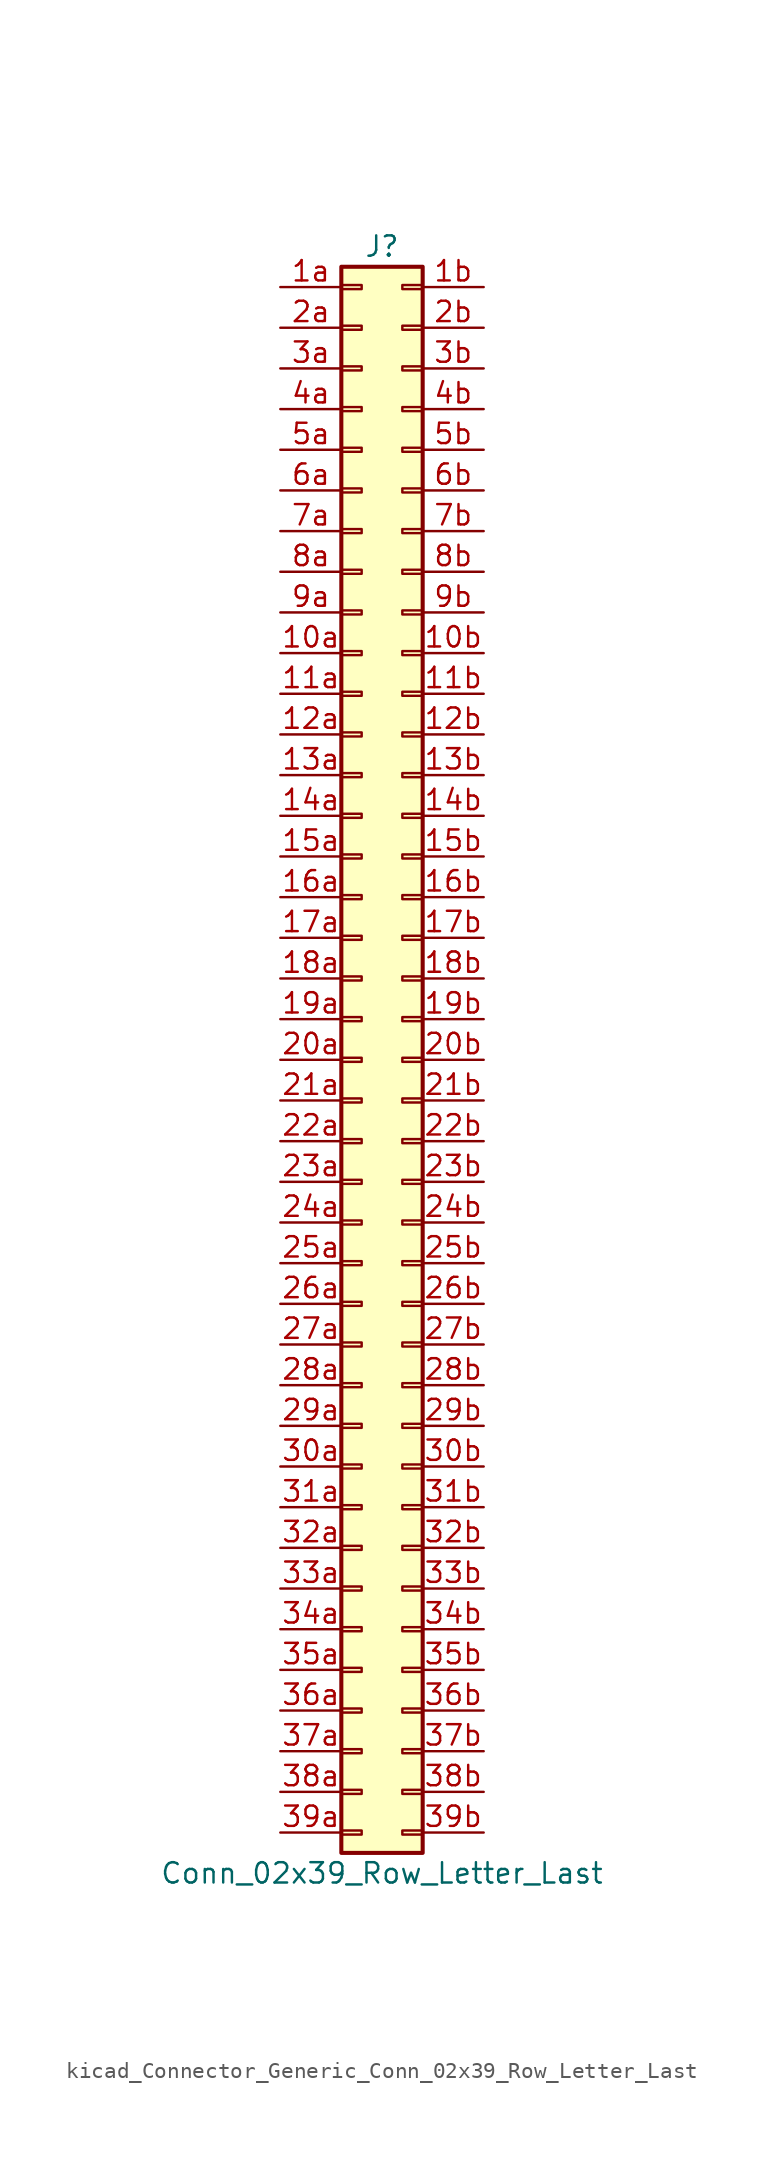
<source format=kicad_sym>
(kicad_symbol_lib
  (version 20220914)
  (generator kicad_symbol_editor)
  (symbol "kicad_Connector_Generic_Conn_02x39_Row_Letter_Last"
    (pin_names
      (offset 1.016) hide)
    (property "Reference" "J"
      (at 1.27 50.8 0)
      (effects (font (size 1.27 1.27))))
    (property "Value" "Conn_02x39_Row_Letter_Last"
      (at 1.27 -50.8 0)
      (effects (font (size 1.27 1.27))))
    (symbol "kicad_Connector_Generic_Conn_02x39_Row_Letter_Last_1_1"
      (rectangle (start -1.27 -48.133) (end 0 -48.387) (stroke (width 0.152) (type default)) (fill (type none)))
      (rectangle (start -1.27 -45.593) (end 0 -45.847) (stroke (width 0.152) (type default)) (fill (type none)))
      (rectangle (start -1.27 -43.053) (end 0 -43.307) (stroke (width 0.152) (type default)) (fill (type none)))
      (rectangle (start -1.27 -40.513) (end 0 -40.767) (stroke (width 0.152) (type default)) (fill (type none)))
      (rectangle (start -1.27 -37.973) (end 0 -38.227) (stroke (width 0.152) (type default)) (fill (type none)))
      (rectangle (start -1.27 -35.433) (end 0 -35.687) (stroke (width 0.152) (type default)) (fill (type none)))
      (rectangle (start -1.27 -32.893) (end 0 -33.147) (stroke (width 0.152) (type default)) (fill (type none)))
      (rectangle (start -1.27 -30.353) (end 0 -30.607) (stroke (width 0.152) (type default)) (fill (type none)))
      (rectangle (start -1.27 -27.813) (end 0 -28.067) (stroke (width 0.152) (type default)) (fill (type none)))
      (rectangle (start -1.27 -25.273) (end 0 -25.527) (stroke (width 0.152) (type default)) (fill (type none)))
      (rectangle (start -1.27 -22.733) (end 0 -22.987) (stroke (width 0.152) (type default)) (fill (type none)))
      (rectangle (start -1.27 -20.193) (end 0 -20.447) (stroke (width 0.152) (type default)) (fill (type none)))
      (rectangle (start -1.27 -17.653) (end 0 -17.907) (stroke (width 0.152) (type default)) (fill (type none)))
      (rectangle (start -1.27 -15.113) (end 0 -15.367) (stroke (width 0.152) (type default)) (fill (type none)))
      (rectangle (start -1.27 -12.573) (end 0 -12.827) (stroke (width 0.152) (type default)) (fill (type none)))
      (rectangle (start -1.27 -10.033) (end 0 -10.287) (stroke (width 0.152) (type default)) (fill (type none)))
      (rectangle (start -1.27 -7.493) (end 0 -7.747) (stroke (width 0.152) (type default)) (fill (type none)))
      (rectangle (start -1.27 -4.953) (end 0 -5.207) (stroke (width 0.152) (type default)) (fill (type none)))
      (rectangle (start -1.27 -2.413) (end 0 -2.667) (stroke (width 0.152) (type default)) (fill (type none)))
      (rectangle (start -1.27 0.127) (end 0 -0.127) (stroke (width 0.152) (type default)) (fill (type none)))
      (rectangle (start -1.27 2.667) (end 0 2.413) (stroke (width 0.152) (type default)) (fill (type none)))
      (rectangle (start -1.27 5.207) (end 0 4.953) (stroke (width 0.152) (type default)) (fill (type none)))
      (rectangle (start -1.27 7.747) (end 0 7.493) (stroke (width 0.152) (type default)) (fill (type none)))
      (rectangle (start -1.27 10.287) (end 0 10.033) (stroke (width 0.152) (type default)) (fill (type none)))
      (rectangle (start -1.27 12.827) (end 0 12.573) (stroke (width 0.152) (type default)) (fill (type none)))
      (rectangle (start -1.27 15.367) (end 0 15.113) (stroke (width 0.152) (type default)) (fill (type none)))
      (rectangle (start -1.27 17.907) (end 0 17.653) (stroke (width 0.152) (type default)) (fill (type none)))
      (rectangle (start -1.27 20.447) (end 0 20.193) (stroke (width 0.152) (type default)) (fill (type none)))
      (rectangle (start -1.27 22.987) (end 0 22.733) (stroke (width 0.152) (type default)) (fill (type none)))
      (rectangle (start -1.27 25.527) (end 0 25.273) (stroke (width 0.152) (type default)) (fill (type none)))
      (rectangle (start -1.27 28.067) (end 0 27.813) (stroke (width 0.152) (type default)) (fill (type none)))
      (rectangle (start -1.27 30.607) (end 0 30.353) (stroke (width 0.152) (type default)) (fill (type none)))
      (rectangle (start -1.27 33.147) (end 0 32.893) (stroke (width 0.152) (type default)) (fill (type none)))
      (rectangle (start -1.27 35.687) (end 0 35.433) (stroke (width 0.152) (type default)) (fill (type none)))
      (rectangle (start -1.27 38.227) (end 0 37.973) (stroke (width 0.152) (type default)) (fill (type none)))
      (rectangle (start -1.27 40.767) (end 0 40.513) (stroke (width 0.152) (type default)) (fill (type none)))
      (rectangle (start -1.27 43.307) (end 0 43.053) (stroke (width 0.152) (type default)) (fill (type none)))
      (rectangle (start -1.27 45.847) (end 0 45.593) (stroke (width 0.152) (type default)) (fill (type none)))
      (rectangle (start -1.27 48.387) (end 0 48.133) (stroke (width 0.152) (type default)) (fill (type none)))
      (rectangle (start -1.27 49.53) (end 3.81 -49.53) (stroke (width 0.254) (type default)) (fill (type background)))
      (rectangle (start 3.81 -48.133) (end 2.54 -48.387) (stroke (width 0.152) (type default)) (fill (type none)))
      (rectangle (start 3.81 -45.593) (end 2.54 -45.847) (stroke (width 0.152) (type default)) (fill (type none)))
      (rectangle (start 3.81 -43.053) (end 2.54 -43.307) (stroke (width 0.152) (type default)) (fill (type none)))
      (rectangle (start 3.81 -40.513) (end 2.54 -40.767) (stroke (width 0.152) (type default)) (fill (type none)))
      (rectangle (start 3.81 -37.973) (end 2.54 -38.227) (stroke (width 0.152) (type default)) (fill (type none)))
      (rectangle (start 3.81 -35.433) (end 2.54 -35.687) (stroke (width 0.152) (type default)) (fill (type none)))
      (rectangle (start 3.81 -32.893) (end 2.54 -33.147) (stroke (width 0.152) (type default)) (fill (type none)))
      (rectangle (start 3.81 -30.353) (end 2.54 -30.607) (stroke (width 0.152) (type default)) (fill (type none)))
      (rectangle (start 3.81 -27.813) (end 2.54 -28.067) (stroke (width 0.152) (type default)) (fill (type none)))
      (rectangle (start 3.81 -25.273) (end 2.54 -25.527) (stroke (width 0.152) (type default)) (fill (type none)))
      (rectangle (start 3.81 -22.733) (end 2.54 -22.987) (stroke (width 0.152) (type default)) (fill (type none)))
      (rectangle (start 3.81 -20.193) (end 2.54 -20.447) (stroke (width 0.152) (type default)) (fill (type none)))
      (rectangle (start 3.81 -17.653) (end 2.54 -17.907) (stroke (width 0.152) (type default)) (fill (type none)))
      (rectangle (start 3.81 -15.113) (end 2.54 -15.367) (stroke (width 0.152) (type default)) (fill (type none)))
      (rectangle (start 3.81 -12.573) (end 2.54 -12.827) (stroke (width 0.152) (type default)) (fill (type none)))
      (rectangle (start 3.81 -10.033) (end 2.54 -10.287) (stroke (width 0.152) (type default)) (fill (type none)))
      (rectangle (start 3.81 -7.493) (end 2.54 -7.747) (stroke (width 0.152) (type default)) (fill (type none)))
      (rectangle (start 3.81 -4.953) (end 2.54 -5.207) (stroke (width 0.152) (type default)) (fill (type none)))
      (rectangle (start 3.81 -2.413) (end 2.54 -2.667) (stroke (width 0.152) (type default)) (fill (type none)))
      (rectangle (start 3.81 0.127) (end 2.54 -0.127) (stroke (width 0.152) (type default)) (fill (type none)))
      (rectangle (start 3.81 2.667) (end 2.54 2.413) (stroke (width 0.152) (type default)) (fill (type none)))
      (rectangle (start 3.81 5.207) (end 2.54 4.953) (stroke (width 0.152) (type default)) (fill (type none)))
      (rectangle (start 3.81 7.747) (end 2.54 7.493) (stroke (width 0.152) (type default)) (fill (type none)))
      (rectangle (start 3.81 10.287) (end 2.54 10.033) (stroke (width 0.152) (type default)) (fill (type none)))
      (rectangle (start 3.81 12.827) (end 2.54 12.573) (stroke (width 0.152) (type default)) (fill (type none)))
      (rectangle (start 3.81 15.367) (end 2.54 15.113) (stroke (width 0.152) (type default)) (fill (type none)))
      (rectangle (start 3.81 17.907) (end 2.54 17.653) (stroke (width 0.152) (type default)) (fill (type none)))
      (rectangle (start 3.81 20.447) (end 2.54 20.193) (stroke (width 0.152) (type default)) (fill (type none)))
      (rectangle (start 3.81 22.987) (end 2.54 22.733) (stroke (width 0.152) (type default)) (fill (type none)))
      (rectangle (start 3.81 25.527) (end 2.54 25.273) (stroke (width 0.152) (type default)) (fill (type none)))
      (rectangle (start 3.81 28.067) (end 2.54 27.813) (stroke (width 0.152) (type default)) (fill (type none)))
      (rectangle (start 3.81 30.607) (end 2.54 30.353) (stroke (width 0.152) (type default)) (fill (type none)))
      (rectangle (start 3.81 33.147) (end 2.54 32.893) (stroke (width 0.152) (type default)) (fill (type none)))
      (rectangle (start 3.81 35.687) (end 2.54 35.433) (stroke (width 0.152) (type default)) (fill (type none)))
      (rectangle (start 3.81 38.227) (end 2.54 37.973) (stroke (width 0.152) (type default)) (fill (type none)))
      (rectangle (start 3.81 40.767) (end 2.54 40.513) (stroke (width 0.152) (type default)) (fill (type none)))
      (rectangle (start 3.81 43.307) (end 2.54 43.053) (stroke (width 0.152) (type default)) (fill (type none)))
      (rectangle (start 3.81 45.847) (end 2.54 45.593) (stroke (width 0.152) (type default)) (fill (type none)))
      (rectangle (start 3.81 48.387) (end 2.54 48.133) (stroke (width 0.152) (type default)) (fill (type none)))
      (pin passive line (at -5.08 25.4 0) (length 3.81) (name "Pin_10a" (effects (font (size 1.27 1.27)))) (number "10a" (effects (font (size 1.27 1.27)))))
      (pin passive line (at 7.62 25.4 180) (length 3.81) (name "Pin_10b" (effects (font (size 1.27 1.27)))) (number "10b" (effects (font (size 1.27 1.27)))))
      (pin passive line (at -5.08 22.86 0) (length 3.81) (name "Pin_11a" (effects (font (size 1.27 1.27)))) (number "11a" (effects (font (size 1.27 1.27)))))
      (pin passive line (at 7.62 22.86 180) (length 3.81) (name "Pin_11b" (effects (font (size 1.27 1.27)))) (number "11b" (effects (font (size 1.27 1.27)))))
      (pin passive line (at -5.08 20.32 0) (length 3.81) (name "Pin_12a" (effects (font (size 1.27 1.27)))) (number "12a" (effects (font (size 1.27 1.27)))))
      (pin passive line (at 7.62 20.32 180) (length 3.81) (name "Pin_12b" (effects (font (size 1.27 1.27)))) (number "12b" (effects (font (size 1.27 1.27)))))
      (pin passive line (at -5.08 17.78 0) (length 3.81) (name "Pin_13a" (effects (font (size 1.27 1.27)))) (number "13a" (effects (font (size 1.27 1.27)))))
      (pin passive line (at 7.62 17.78 180) (length 3.81) (name "Pin_13b" (effects (font (size 1.27 1.27)))) (number "13b" (effects (font (size 1.27 1.27)))))
      (pin passive line (at -5.08 15.24 0) (length 3.81) (name "Pin_14a" (effects (font (size 1.27 1.27)))) (number "14a" (effects (font (size 1.27 1.27)))))
      (pin passive line (at 7.62 15.24 180) (length 3.81) (name "Pin_14b" (effects (font (size 1.27 1.27)))) (number "14b" (effects (font (size 1.27 1.27)))))
      (pin passive line (at -5.08 12.7 0) (length 3.81) (name "Pin_15a" (effects (font (size 1.27 1.27)))) (number "15a" (effects (font (size 1.27 1.27)))))
      (pin passive line (at 7.62 12.7 180) (length 3.81) (name "Pin_15b" (effects (font (size 1.27 1.27)))) (number "15b" (effects (font (size 1.27 1.27)))))
      (pin passive line (at -5.08 10.16 0) (length 3.81) (name "Pin_16a" (effects (font (size 1.27 1.27)))) (number "16a" (effects (font (size 1.27 1.27)))))
      (pin passive line (at 7.62 10.16 180) (length 3.81) (name "Pin_16b" (effects (font (size 1.27 1.27)))) (number "16b" (effects (font (size 1.27 1.27)))))
      (pin passive line (at -5.08 7.62 0) (length 3.81) (name "Pin_17a" (effects (font (size 1.27 1.27)))) (number "17a" (effects (font (size 1.27 1.27)))))
      (pin passive line (at 7.62 7.62 180) (length 3.81) (name "Pin_17b" (effects (font (size 1.27 1.27)))) (number "17b" (effects (font (size 1.27 1.27)))))
      (pin passive line (at -5.08 5.08 0) (length 3.81) (name "Pin_18a" (effects (font (size 1.27 1.27)))) (number "18a" (effects (font (size 1.27 1.27)))))
      (pin passive line (at 7.62 5.08 180) (length 3.81) (name "Pin_18b" (effects (font (size 1.27 1.27)))) (number "18b" (effects (font (size 1.27 1.27)))))
      (pin passive line (at -5.08 2.54 0) (length 3.81) (name "Pin_19a" (effects (font (size 1.27 1.27)))) (number "19a" (effects (font (size 1.27 1.27)))))
      (pin passive line (at 7.62 2.54 180) (length 3.81) (name "Pin_19b" (effects (font (size 1.27 1.27)))) (number "19b" (effects (font (size 1.27 1.27)))))
      (pin passive line (at -5.08 48.26 0) (length 3.81) (name "Pin_1a" (effects (font (size 1.27 1.27)))) (number "1a" (effects (font (size 1.27 1.27)))))
      (pin passive line (at 7.62 48.26 180) (length 3.81) (name "Pin_1b" (effects (font (size 1.27 1.27)))) (number "1b" (effects (font (size 1.27 1.27)))))
      (pin passive line (at -5.08 0 0) (length 3.81) (name "Pin_20a" (effects (font (size 1.27 1.27)))) (number "20a" (effects (font (size 1.27 1.27)))))
      (pin passive line (at 7.62 0 180) (length 3.81) (name "Pin_20b" (effects (font (size 1.27 1.27)))) (number "20b" (effects (font (size 1.27 1.27)))))
      (pin passive line (at -5.08 -2.54 0) (length 3.81) (name "Pin_21a" (effects (font (size 1.27 1.27)))) (number "21a" (effects (font (size 1.27 1.27)))))
      (pin passive line (at 7.62 -2.54 180) (length 3.81) (name "Pin_21b" (effects (font (size 1.27 1.27)))) (number "21b" (effects (font (size 1.27 1.27)))))
      (pin passive line (at -5.08 -5.08 0) (length 3.81) (name "Pin_22a" (effects (font (size 1.27 1.27)))) (number "22a" (effects (font (size 1.27 1.27)))))
      (pin passive line (at 7.62 -5.08 180) (length 3.81) (name "Pin_22b" (effects (font (size 1.27 1.27)))) (number "22b" (effects (font (size 1.27 1.27)))))
      (pin passive line (at -5.08 -7.62 0) (length 3.81) (name "Pin_23a" (effects (font (size 1.27 1.27)))) (number "23a" (effects (font (size 1.27 1.27)))))
      (pin passive line (at 7.62 -7.62 180) (length 3.81) (name "Pin_23b" (effects (font (size 1.27 1.27)))) (number "23b" (effects (font (size 1.27 1.27)))))
      (pin passive line (at -5.08 -10.16 0) (length 3.81) (name "Pin_24a" (effects (font (size 1.27 1.27)))) (number "24a" (effects (font (size 1.27 1.27)))))
      (pin passive line (at 7.62 -10.16 180) (length 3.81) (name "Pin_24b" (effects (font (size 1.27 1.27)))) (number "24b" (effects (font (size 1.27 1.27)))))
      (pin passive line (at -5.08 -12.7 0) (length 3.81) (name "Pin_25a" (effects (font (size 1.27 1.27)))) (number "25a" (effects (font (size 1.27 1.27)))))
      (pin passive line (at 7.62 -12.7 180) (length 3.81) (name "Pin_25b" (effects (font (size 1.27 1.27)))) (number "25b" (effects (font (size 1.27 1.27)))))
      (pin passive line (at -5.08 -15.24 0) (length 3.81) (name "Pin_26a" (effects (font (size 1.27 1.27)))) (number "26a" (effects (font (size 1.27 1.27)))))
      (pin passive line (at 7.62 -15.24 180) (length 3.81) (name "Pin_26b" (effects (font (size 1.27 1.27)))) (number "26b" (effects (font (size 1.27 1.27)))))
      (pin passive line (at -5.08 -17.78 0) (length 3.81) (name "Pin_27a" (effects (font (size 1.27 1.27)))) (number "27a" (effects (font (size 1.27 1.27)))))
      (pin passive line (at 7.62 -17.78 180) (length 3.81) (name "Pin_27b" (effects (font (size 1.27 1.27)))) (number "27b" (effects (font (size 1.27 1.27)))))
      (pin passive line (at -5.08 -20.32 0) (length 3.81) (name "Pin_28a" (effects (font (size 1.27 1.27)))) (number "28a" (effects (font (size 1.27 1.27)))))
      (pin passive line (at 7.62 -20.32 180) (length 3.81) (name "Pin_28b" (effects (font (size 1.27 1.27)))) (number "28b" (effects (font (size 1.27 1.27)))))
      (pin passive line (at -5.08 -22.86 0) (length 3.81) (name "Pin_29a" (effects (font (size 1.27 1.27)))) (number "29a" (effects (font (size 1.27 1.27)))))
      (pin passive line (at 7.62 -22.86 180) (length 3.81) (name "Pin_29b" (effects (font (size 1.27 1.27)))) (number "29b" (effects (font (size 1.27 1.27)))))
      (pin passive line (at -5.08 45.72 0) (length 3.81) (name "Pin_2a" (effects (font (size 1.27 1.27)))) (number "2a" (effects (font (size 1.27 1.27)))))
      (pin passive line (at 7.62 45.72 180) (length 3.81) (name "Pin_2b" (effects (font (size 1.27 1.27)))) (number "2b" (effects (font (size 1.27 1.27)))))
      (pin passive line (at -5.08 -25.4 0) (length 3.81) (name "Pin_30a" (effects (font (size 1.27 1.27)))) (number "30a" (effects (font (size 1.27 1.27)))))
      (pin passive line (at 7.62 -25.4 180) (length 3.81) (name "Pin_30b" (effects (font (size 1.27 1.27)))) (number "30b" (effects (font (size 1.27 1.27)))))
      (pin passive line (at -5.08 -27.94 0) (length 3.81) (name "Pin_31a" (effects (font (size 1.27 1.27)))) (number "31a" (effects (font (size 1.27 1.27)))))
      (pin passive line (at 7.62 -27.94 180) (length 3.81) (name "Pin_31b" (effects (font (size 1.27 1.27)))) (number "31b" (effects (font (size 1.27 1.27)))))
      (pin passive line (at -5.08 -30.48 0) (length 3.81) (name "Pin_32a" (effects (font (size 1.27 1.27)))) (number "32a" (effects (font (size 1.27 1.27)))))
      (pin passive line (at 7.62 -30.48 180) (length 3.81) (name "Pin_32b" (effects (font (size 1.27 1.27)))) (number "32b" (effects (font (size 1.27 1.27)))))
      (pin passive line (at -5.08 -33.02 0) (length 3.81) (name "Pin_33a" (effects (font (size 1.27 1.27)))) (number "33a" (effects (font (size 1.27 1.27)))))
      (pin passive line (at 7.62 -33.02 180) (length 3.81) (name "Pin_33b" (effects (font (size 1.27 1.27)))) (number "33b" (effects (font (size 1.27 1.27)))))
      (pin passive line (at -5.08 -35.56 0) (length 3.81) (name "Pin_34a" (effects (font (size 1.27 1.27)))) (number "34a" (effects (font (size 1.27 1.27)))))
      (pin passive line (at 7.62 -35.56 180) (length 3.81) (name "Pin_34b" (effects (font (size 1.27 1.27)))) (number "34b" (effects (font (size 1.27 1.27)))))
      (pin passive line (at -5.08 -38.1 0) (length 3.81) (name "Pin_35a" (effects (font (size 1.27 1.27)))) (number "35a" (effects (font (size 1.27 1.27)))))
      (pin passive line (at 7.62 -38.1 180) (length 3.81) (name "Pin_35b" (effects (font (size 1.27 1.27)))) (number "35b" (effects (font (size 1.27 1.27)))))
      (pin passive line (at -5.08 -40.64 0) (length 3.81) (name "Pin_36a" (effects (font (size 1.27 1.27)))) (number "36a" (effects (font (size 1.27 1.27)))))
      (pin passive line (at 7.62 -40.64 180) (length 3.81) (name "Pin_36b" (effects (font (size 1.27 1.27)))) (number "36b" (effects (font (size 1.27 1.27)))))
      (pin passive line (at -5.08 -43.18 0) (length 3.81) (name "Pin_37a" (effects (font (size 1.27 1.27)))) (number "37a" (effects (font (size 1.27 1.27)))))
      (pin passive line (at 7.62 -43.18 180) (length 3.81) (name "Pin_37b" (effects (font (size 1.27 1.27)))) (number "37b" (effects (font (size 1.27 1.27)))))
      (pin passive line (at -5.08 -45.72 0) (length 3.81) (name "Pin_38a" (effects (font (size 1.27 1.27)))) (number "38a" (effects (font (size 1.27 1.27)))))
      (pin passive line (at 7.62 -45.72 180) (length 3.81) (name "Pin_38b" (effects (font (size 1.27 1.27)))) (number "38b" (effects (font (size 1.27 1.27)))))
      (pin passive line (at -5.08 -48.26 0) (length 3.81) (name "Pin_39a" (effects (font (size 1.27 1.27)))) (number "39a" (effects (font (size 1.27 1.27)))))
      (pin passive line (at 7.62 -48.26 180) (length 3.81) (name "Pin_39b" (effects (font (size 1.27 1.27)))) (number "39b" (effects (font (size 1.27 1.27)))))
      (pin passive line (at -5.08 43.18 0) (length 3.81) (name "Pin_3a" (effects (font (size 1.27 1.27)))) (number "3a" (effects (font (size 1.27 1.27)))))
      (pin passive line (at 7.62 43.18 180) (length 3.81) (name "Pin_3b" (effects (font (size 1.27 1.27)))) (number "3b" (effects (font (size 1.27 1.27)))))
      (pin passive line (at -5.08 40.64 0) (length 3.81) (name "Pin_4a" (effects (font (size 1.27 1.27)))) (number "4a" (effects (font (size 1.27 1.27)))))
      (pin passive line (at 7.62 40.64 180) (length 3.81) (name "Pin_4b" (effects (font (size 1.27 1.27)))) (number "4b" (effects (font (size 1.27 1.27)))))
      (pin passive line (at -5.08 38.1 0) (length 3.81) (name "Pin_5a" (effects (font (size 1.27 1.27)))) (number "5a" (effects (font (size 1.27 1.27)))))
      (pin passive line (at 7.62 38.1 180) (length 3.81) (name "Pin_5b" (effects (font (size 1.27 1.27)))) (number "5b" (effects (font (size 1.27 1.27)))))
      (pin passive line (at -5.08 35.56 0) (length 3.81) (name "Pin_6a" (effects (font (size 1.27 1.27)))) (number "6a" (effects (font (size 1.27 1.27)))))
      (pin passive line (at 7.62 35.56 180) (length 3.81) (name "Pin_6b" (effects (font (size 1.27 1.27)))) (number "6b" (effects (font (size 1.27 1.27)))))
      (pin passive line (at -5.08 33.02 0) (length 3.81) (name "Pin_7a" (effects (font (size 1.27 1.27)))) (number "7a" (effects (font (size 1.27 1.27)))))
      (pin passive line (at 7.62 33.02 180) (length 3.81) (name "Pin_7b" (effects (font (size 1.27 1.27)))) (number "7b" (effects (font (size 1.27 1.27)))))
      (pin passive line (at -5.08 30.48 0) (length 3.81) (name "Pin_8a" (effects (font (size 1.27 1.27)))) (number "8a" (effects (font (size 1.27 1.27)))))
      (pin passive line (at 7.62 30.48 180) (length 3.81) (name "Pin_8b" (effects (font (size 1.27 1.27)))) (number "8b" (effects (font (size 1.27 1.27)))))
      (pin passive line (at -5.08 27.94 0) (length 3.81) (name "Pin_9a" (effects (font (size 1.27 1.27)))) (number "9a" (effects (font (size 1.27 1.27)))))
      (pin passive line (at 7.62 27.94 180) (length 3.81) (name "Pin_9b" (effects (font (size 1.27 1.27)))) (number "9b" (effects (font (size 1.27 1.27))))))))
</source>
